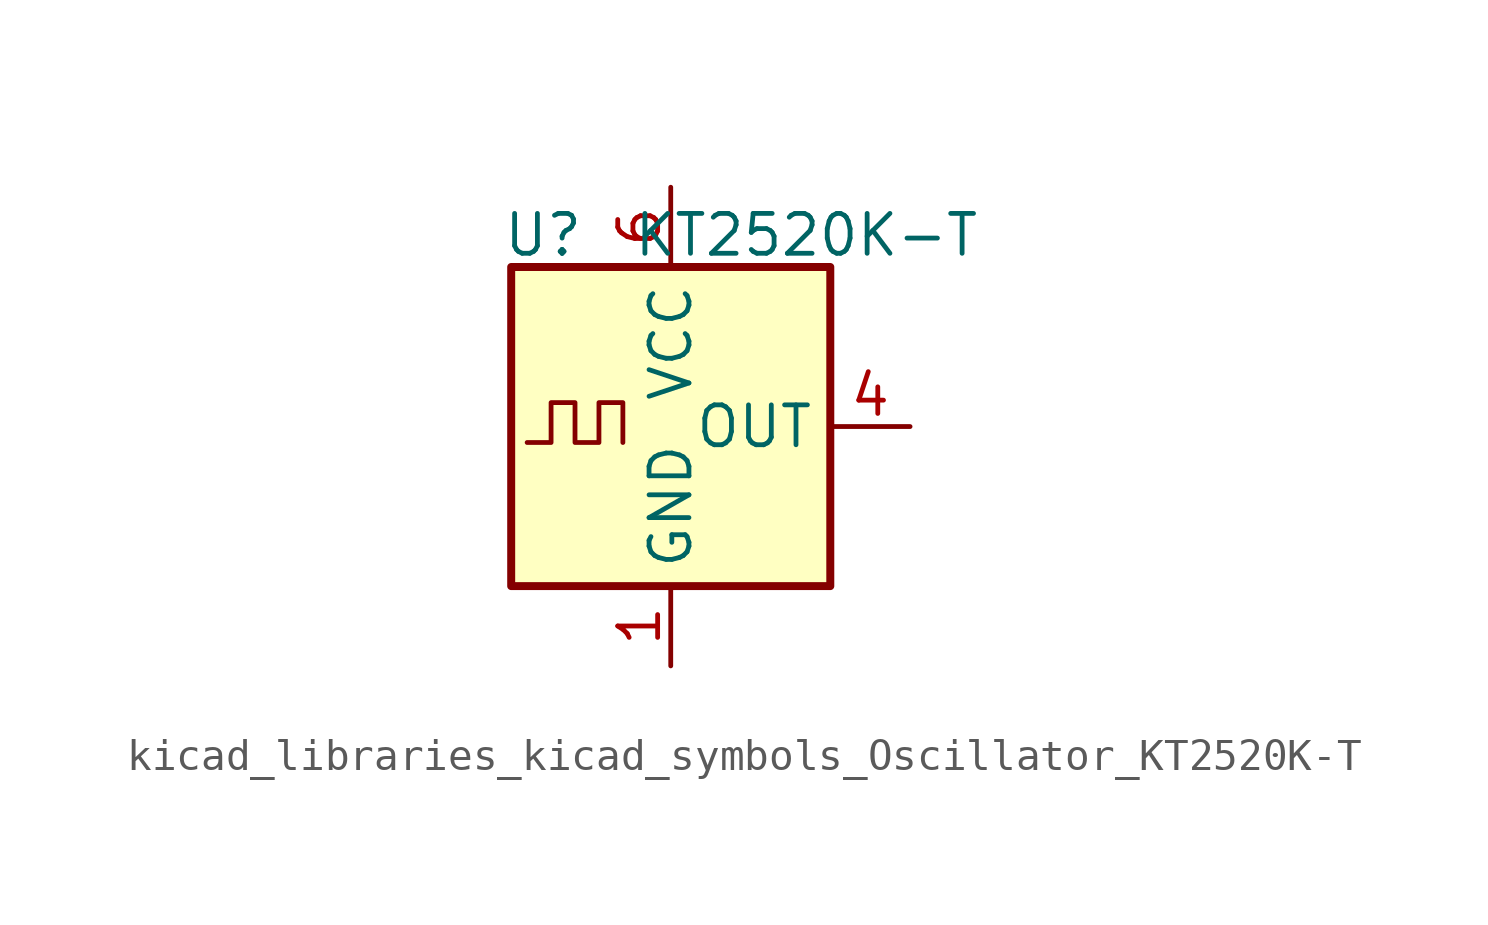
<source format=kicad_sym>
(kicad_symbol_lib
  (version 20220914)
  (generator kicad_symbol_editor)
  (symbol "kicad_libraries_kicad_symbols_Oscillator_KT2520K-T"
    (property "Reference" "U"
      (at -4.064 6.096 0)
      (effects (font (size 1.27 1.27))))
    (property "Value" "KT2520K-T"
      (at 4.318 6.096 0)
      (effects (font (size 1.27 1.27))))
    (symbol "kicad_libraries_kicad_symbols_Oscillator_KT2520K-T_0_1"
      (rectangle (start -5.08 5.08) (end 5.08 -5.08) (stroke (width 0.254) (type default)) (fill (type background)))
      (polyline (pts (xy -4.572 -0.508) (xy -3.81 -0.508) (xy -3.81 0.762) (xy -3.048 0.762) (xy -3.048 -0.508) (xy -2.286 -0.508) (xy -2.286 0.762) (xy -1.524 0.762) (xy -1.524 -0.508)) (stroke (width 0) (type default)) (fill (type none))))
    (symbol "kicad_libraries_kicad_symbols_Oscillator_KT2520K-T_1_1"
      (pin power_in line (at 0 -7.62 90) (length 2.54) (name "GND" (effects (font (size 1.27 1.27)))) (number "1" (effects (font (size 1.27 1.27)))))
      (pin no_connect line (at -5.08 2.54 0) (length 2.54) hide (name "NC" (effects (font (size 1.27 1.27)))) (number "2" (effects (font (size 1.27 1.27)))))
      (pin passive line (at 0 -7.62 90) (length 2.54) hide (name "GND" (effects (font (size 1.27 1.27)))) (number "3" (effects (font (size 1.27 1.27)))))
      (pin output line (at 7.62 0 180) (length 2.54) (name "OUT" (effects (font (size 1.27 1.27)))) (number "4" (effects (font (size 1.27 1.27)))))
      (pin no_connect line (at -5.08 -2.54 0) (length 2.54) hide (name "NC" (effects (font (size 1.27 1.27)))) (number "5" (effects (font (size 1.27 1.27)))))
      (pin power_in line (at 0 7.62 270) (length 2.54) (name "VCC" (effects (font (size 1.27 1.27)))) (number "6" (effects (font (size 1.27 1.27))))))))
</source>
